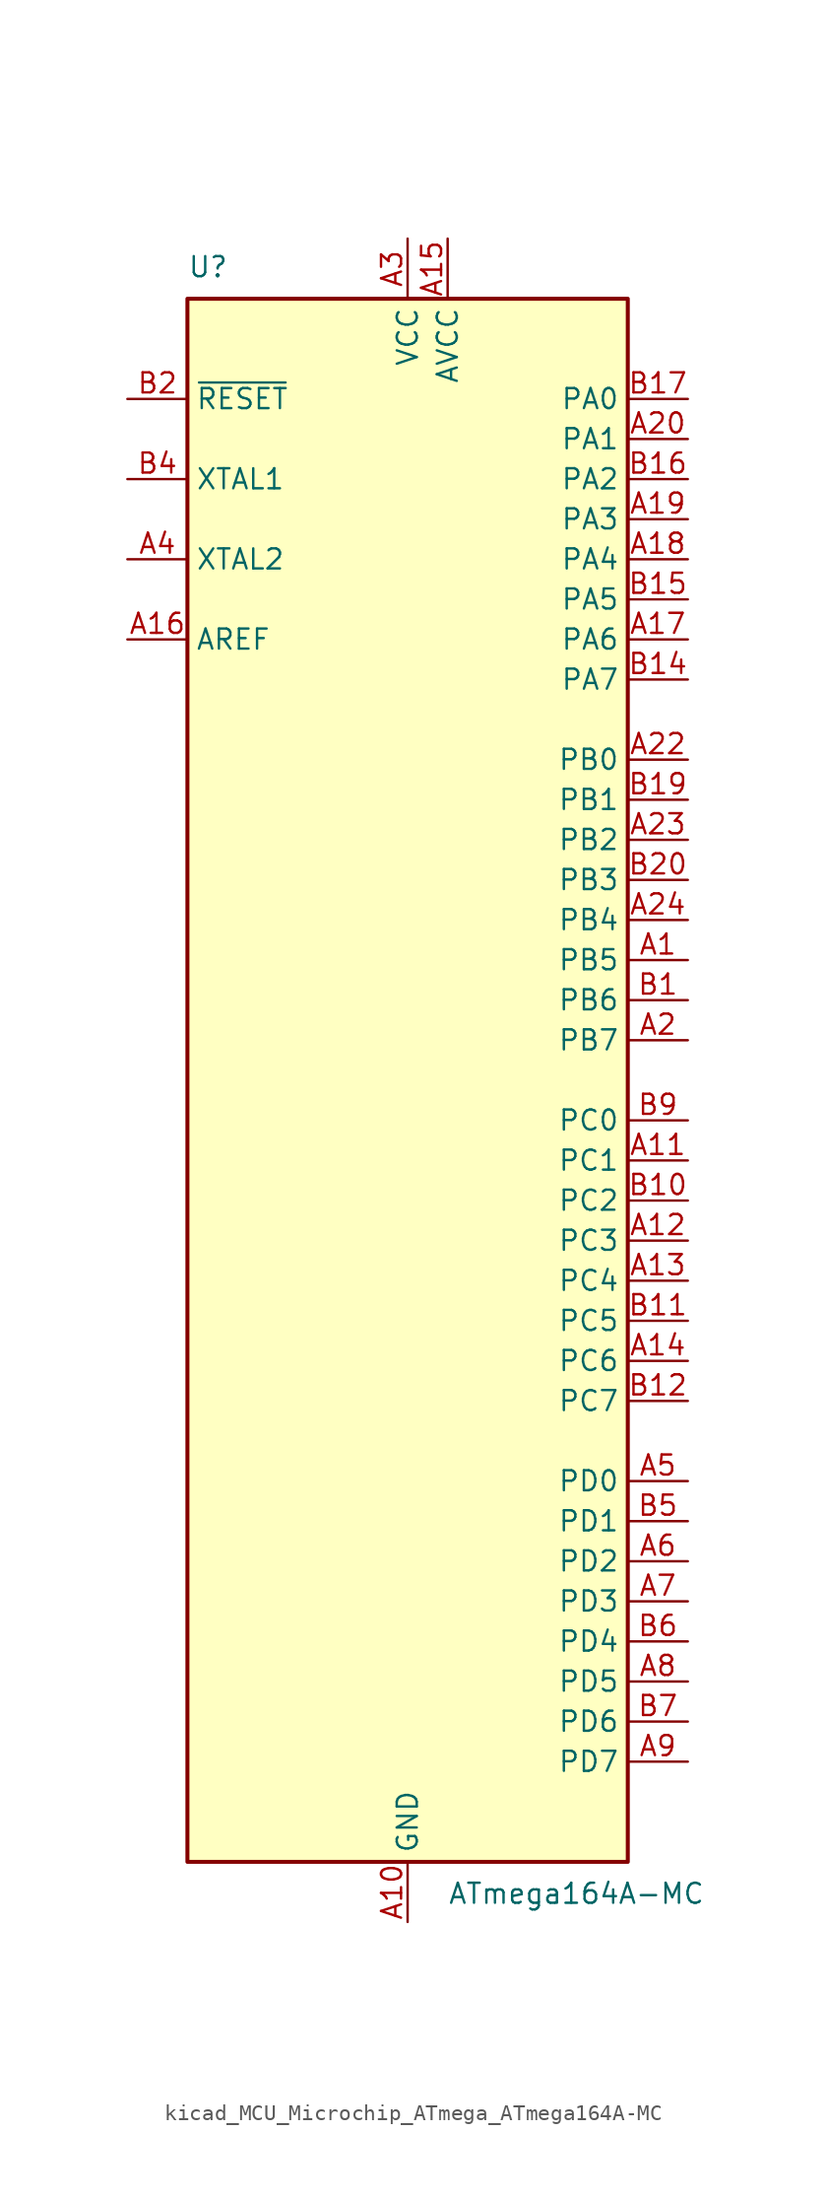
<source format=kicad_sym>
(kicad_symbol_lib
  (version 20220914)
  (generator kicad_symbol_editor)
  (symbol "kicad_MCU_Microchip_ATmega_ATmega164A-MC"
    (property "Reference" "U"
      (at -13.97 50.8 0)
      (effects (font (size 1.27 1.27)) (justify left bottom)))
    (property "Value" "ATmega164A-MC"
      (at 2.54 -50.8 0)
      (effects (font (size 1.27 1.27)) (justify left top)))
    (symbol "kicad_MCU_Microchip_ATmega_ATmega164A-MC_0_1"
      (rectangle (start -13.97 -49.53) (end 13.97 49.53) (stroke (width 0.254) (type default)) (fill (type background))))
    (symbol "kicad_MCU_Microchip_ATmega_ATmega164A-MC_1_1"
      (pin bidirectional line (at 17.78 7.62 180) (length 3.81) (name "PB5" (effects (font (size 1.27 1.27)))) (number "A1" (effects (font (size 1.27 1.27)))))
      (pin power_in line (at 0 -53.34 90) (length 3.81) (name "GND" (effects (font (size 1.27 1.27)))) (number "A10" (effects (font (size 1.27 1.27)))))
      (pin bidirectional line (at 17.78 -5.08 180) (length 3.81) (name "PC1" (effects (font (size 1.27 1.27)))) (number "A11" (effects (font (size 1.27 1.27)))))
      (pin bidirectional line (at 17.78 -10.16 180) (length 3.81) (name "PC3" (effects (font (size 1.27 1.27)))) (number "A12" (effects (font (size 1.27 1.27)))))
      (pin bidirectional line (at 17.78 -12.7 180) (length 3.81) (name "PC4" (effects (font (size 1.27 1.27)))) (number "A13" (effects (font (size 1.27 1.27)))))
      (pin bidirectional line (at 17.78 -17.78 180) (length 3.81) (name "PC6" (effects (font (size 1.27 1.27)))) (number "A14" (effects (font (size 1.27 1.27)))))
      (pin power_in line (at 2.54 53.34 270) (length 3.81) (name "AVCC" (effects (font (size 1.27 1.27)))) (number "A15" (effects (font (size 1.27 1.27)))))
      (pin passive line (at -17.78 27.94 0) (length 3.81) (name "AREF" (effects (font (size 1.27 1.27)))) (number "A16" (effects (font (size 1.27 1.27)))))
      (pin bidirectional line (at 17.78 27.94 180) (length 3.81) (name "PA6" (effects (font (size 1.27 1.27)))) (number "A17" (effects (font (size 1.27 1.27)))))
      (pin bidirectional line (at 17.78 33.02 180) (length 3.81) (name "PA4" (effects (font (size 1.27 1.27)))) (number "A18" (effects (font (size 1.27 1.27)))))
      (pin bidirectional line (at 17.78 35.56 180) (length 3.81) (name "PA3" (effects (font (size 1.27 1.27)))) (number "A19" (effects (font (size 1.27 1.27)))))
      (pin bidirectional line (at 17.78 2.54 180) (length 3.81) (name "PB7" (effects (font (size 1.27 1.27)))) (number "A2" (effects (font (size 1.27 1.27)))))
      (pin bidirectional line (at 17.78 40.64 180) (length 3.81) (name "PA1" (effects (font (size 1.27 1.27)))) (number "A20" (effects (font (size 1.27 1.27)))))
      (pin passive line (at 0 53.34 270) (length 3.81) hide (name "VCC" (effects (font (size 1.27 1.27)))) (number "A21" (effects (font (size 1.27 1.27)))))
      (pin bidirectional line (at 17.78 20.32 180) (length 3.81) (name "PB0" (effects (font (size 1.27 1.27)))) (number "A22" (effects (font (size 1.27 1.27)))))
      (pin bidirectional line (at 17.78 15.24 180) (length 3.81) (name "PB2" (effects (font (size 1.27 1.27)))) (number "A23" (effects (font (size 1.27 1.27)))))
      (pin bidirectional line (at 17.78 10.16 180) (length 3.81) (name "PB4" (effects (font (size 1.27 1.27)))) (number "A24" (effects (font (size 1.27 1.27)))))
      (pin power_in line (at 0 53.34 270) (length 3.81) (name "VCC" (effects (font (size 1.27 1.27)))) (number "A3" (effects (font (size 1.27 1.27)))))
      (pin output line (at -17.78 33.02 0) (length 3.81) (name "XTAL2" (effects (font (size 1.27 1.27)))) (number "A4" (effects (font (size 1.27 1.27)))))
      (pin bidirectional line (at 17.78 -25.4 180) (length 3.81) (name "PD0" (effects (font (size 1.27 1.27)))) (number "A5" (effects (font (size 1.27 1.27)))))
      (pin bidirectional line (at 17.78 -30.48 180) (length 3.81) (name "PD2" (effects (font (size 1.27 1.27)))) (number "A6" (effects (font (size 1.27 1.27)))))
      (pin bidirectional line (at 17.78 -33.02 180) (length 3.81) (name "PD3" (effects (font (size 1.27 1.27)))) (number "A7" (effects (font (size 1.27 1.27)))))
      (pin bidirectional line (at 17.78 -38.1 180) (length 3.81) (name "PD5" (effects (font (size 1.27 1.27)))) (number "A8" (effects (font (size 1.27 1.27)))))
      (pin bidirectional line (at 17.78 -43.18 180) (length 3.81) (name "PD7" (effects (font (size 1.27 1.27)))) (number "A9" (effects (font (size 1.27 1.27)))))
      (pin bidirectional line (at 17.78 5.08 180) (length 3.81) (name "PB6" (effects (font (size 1.27 1.27)))) (number "B1" (effects (font (size 1.27 1.27)))))
      (pin bidirectional line (at 17.78 -7.62 180) (length 3.81) (name "PC2" (effects (font (size 1.27 1.27)))) (number "B10" (effects (font (size 1.27 1.27)))))
      (pin bidirectional line (at 17.78 -15.24 180) (length 3.81) (name "PC5" (effects (font (size 1.27 1.27)))) (number "B11" (effects (font (size 1.27 1.27)))))
      (pin bidirectional line (at 17.78 -20.32 180) (length 3.81) (name "PC7" (effects (font (size 1.27 1.27)))) (number "B12" (effects (font (size 1.27 1.27)))))
      (pin passive line (at 0 -53.34 90) (length 3.81) hide (name "GND" (effects (font (size 1.27 1.27)))) (number "B13" (effects (font (size 1.27 1.27)))))
      (pin bidirectional line (at 17.78 25.4 180) (length 3.81) (name "PA7" (effects (font (size 1.27 1.27)))) (number "B14" (effects (font (size 1.27 1.27)))))
      (pin bidirectional line (at 17.78 30.48 180) (length 3.81) (name "PA5" (effects (font (size 1.27 1.27)))) (number "B15" (effects (font (size 1.27 1.27)))))
      (pin bidirectional line (at 17.78 38.1 180) (length 3.81) (name "PA2" (effects (font (size 1.27 1.27)))) (number "B16" (effects (font (size 1.27 1.27)))))
      (pin bidirectional line (at 17.78 43.18 180) (length 3.81) (name "PA0" (effects (font (size 1.27 1.27)))) (number "B17" (effects (font (size 1.27 1.27)))))
      (pin passive line (at 0 -53.34 90) (length 3.81) hide (name "GND" (effects (font (size 1.27 1.27)))) (number "B18" (effects (font (size 1.27 1.27)))))
      (pin bidirectional line (at 17.78 17.78 180) (length 3.81) (name "PB1" (effects (font (size 1.27 1.27)))) (number "B19" (effects (font (size 1.27 1.27)))))
      (pin input line (at -17.78 43.18 0) (length 3.81) (name "~{RESET}" (effects (font (size 1.27 1.27)))) (number "B2" (effects (font (size 1.27 1.27)))))
      (pin bidirectional line (at 17.78 12.7 180) (length 3.81) (name "PB3" (effects (font (size 1.27 1.27)))) (number "B20" (effects (font (size 1.27 1.27)))))
      (pin passive line (at 0 -53.34 90) (length 3.81) hide (name "GND" (effects (font (size 1.27 1.27)))) (number "B3" (effects (font (size 1.27 1.27)))))
      (pin input line (at -17.78 38.1 0) (length 3.81) (name "XTAL1" (effects (font (size 1.27 1.27)))) (number "B4" (effects (font (size 1.27 1.27)))))
      (pin bidirectional line (at 17.78 -27.94 180) (length 3.81) (name "PD1" (effects (font (size 1.27 1.27)))) (number "B5" (effects (font (size 1.27 1.27)))))
      (pin bidirectional line (at 17.78 -35.56 180) (length 3.81) (name "PD4" (effects (font (size 1.27 1.27)))) (number "B6" (effects (font (size 1.27 1.27)))))
      (pin bidirectional line (at 17.78 -40.64 180) (length 3.81) (name "PD6" (effects (font (size 1.27 1.27)))) (number "B7" (effects (font (size 1.27 1.27)))))
      (pin passive line (at 0 53.34 270) (length 3.81) hide (name "VCC" (effects (font (size 1.27 1.27)))) (number "B8" (effects (font (size 1.27 1.27)))))
      (pin bidirectional line (at 17.78 -2.54 180) (length 3.81) (name "PC0" (effects (font (size 1.27 1.27)))) (number "B9" (effects (font (size 1.27 1.27)))))
      (pin passive line (at 0 -53.34 90) (length 3.81) hide (name "GND" (effects (font (size 1.27 1.27)))) (number "EP" (effects (font (size 1.27 1.27))))))))
</source>
